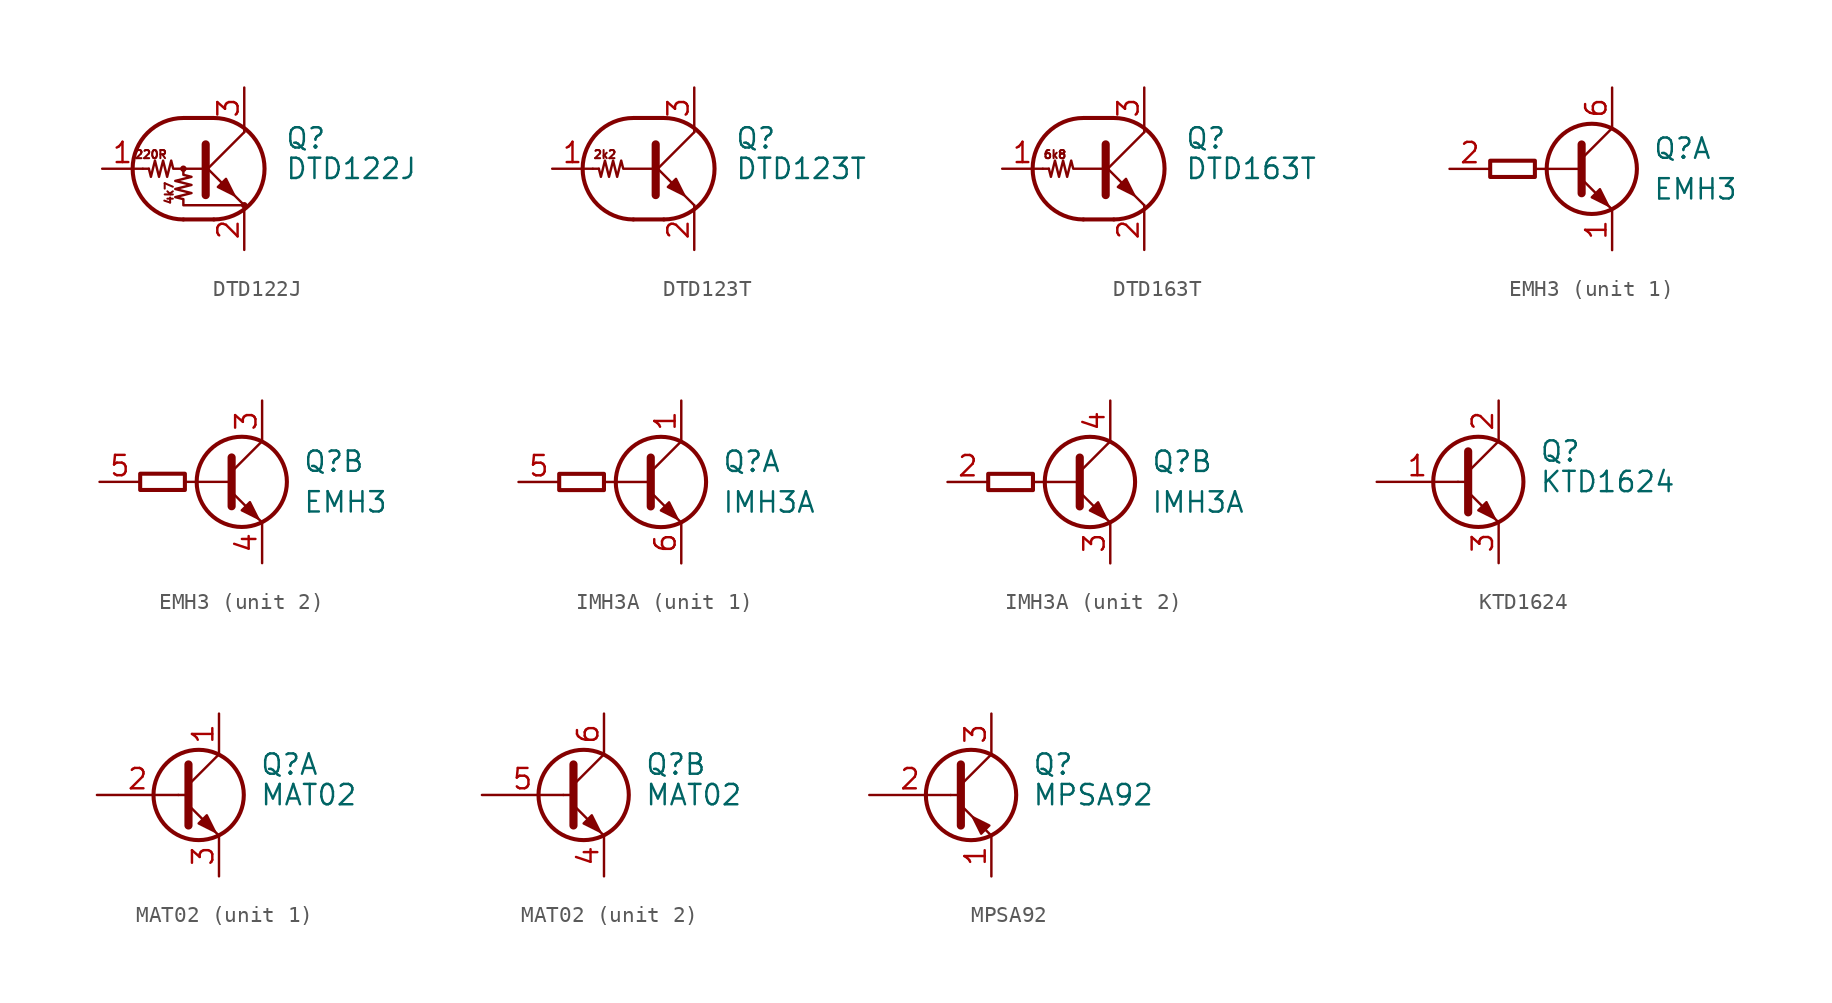
<source format=kicad_sym>
(kicad_symbol_lib
  (version 20220914)
  (generator kicad_symbol_editor)
  (symbol "DTD122J"
    (pin_names
      (offset 0) hide)
    (property "Reference" "Q"
      (at 5.08 1.905 0)
      (effects (font (size 1.27 1.27)) (justify left)))
    (property "Value" "DTD122J"
      (at 5.08 0 0)
      (effects (font (size 1.27 1.27)) (justify left)))
    (symbol "DTD122J_0_0"
      (text "220R" (at -3.302 0.889 0) (effects (font (size 0.508 0.508))))
      (text "4k7" (at -2.159 -1.524 900) (effects (font (size 0.508 0.508)))))
    (symbol "DTD122J_0_1"
      (circle (center -1.27 0) (radius 0.127) (stroke (width 0) (type default)) (fill (type none)))
      (arc (start -1.27 3.175) (mid -4.4312 0) (end -1.27 -3.175) (stroke (width 0.254) (type default)) (fill (type none)))
      (polyline (pts (xy -3.429 0) (xy -3.81 0)) (stroke (width 0) (type default)) (fill (type none)))
      (polyline (pts (xy -1.27 -3.175) (xy 0.635 -3.175)) (stroke (width 0.254) (type default)) (fill (type none)))
      (polyline (pts (xy -1.27 3.175) (xy 0.635 3.175)) (stroke (width 0.254) (type default)) (fill (type none)))
      (polyline (pts (xy 0 -0.254) (xy 2.54 2.286)) (stroke (width 0) (type default)) (fill (type none)))
      (polyline (pts (xy 0.127 1.524) (xy 0.127 -1.651)) (stroke (width 0.508) (type default)) (fill (type outline)))
      (polyline (pts (xy 2.54 2.286) (xy 2.54 2.54)) (stroke (width 0) (type default)) (fill (type none)))
      (polyline (pts (xy 2.54 -2.286) (xy 0 0.254) (xy 0 0.254)) (stroke (width 0) (type default)) (fill (type none)))
      (polyline (pts (xy 0.889 -1.143) (xy 1.397 -0.635) (xy 1.905 -1.651) (xy 0.889 -1.143)) (stroke (width 0) (type default)) (fill (type outline)))
      (polyline (pts (xy 0 0) (xy -1.905 0) (xy -2.032 0.508) (xy -2.286 -0.508) (xy -2.54 0.508) (xy -2.794 -0.508) (xy -3.048 0.508) (xy -3.302 -0.508) (xy -3.429 0)) (stroke (width 0) (type default)) (fill (type none)))
      (polyline (pts (xy -1.27 0) (xy -1.27 -0.381) (xy -0.762 -0.508) (xy -1.778 -0.762) (xy -0.762 -1.016) (xy -1.778 -1.27) (xy -0.762 -1.524) (xy -1.778 -1.778) (xy -1.27 -1.905) (xy -1.27 -2.286) (xy 2.54 -2.286)) (stroke (width 0) (type default)) (fill (type none)))
      (arc (start 0.635 -3.175) (mid 3.7962 0) (end 0.635 3.175) (stroke (width 0.254) (type default)) (fill (type none)))
      (circle (center 2.54 -2.286) (radius 0.127) (stroke (width 0) (type default)) (fill (type none))))
    (symbol "DTD122J_1_1"
      (pin input line (at -6.35 0 0) (length 2.54) (name "B" (effects (font (size 1.27 1.27)))) (number "1" (effects (font (size 1.27 1.27)))))
      (pin passive line (at 2.54 -5.08 90) (length 2.54) (name "E" (effects (font (size 1.27 1.27)))) (number "2" (effects (font (size 1.27 1.27)))))
      (pin passive line (at 2.54 5.08 270) (length 2.54) (name "C" (effects (font (size 1.27 1.27)))) (number "3" (effects (font (size 1.27 1.27)))))))
  (symbol "DTD123T"
    (pin_names
      (offset 0) hide)
    (property "Reference" "Q"
      (at 5.08 1.905 0)
      (effects (font (size 1.27 1.27)) (justify left)))
    (property "Value" "DTD123T"
      (at 5.08 0 0)
      (effects (font (size 1.27 1.27)) (justify left)))
    (symbol "DTD123T_0_0"
      (polyline (pts (xy 2.54 -2.286) (xy 2.54 -2.54)) (stroke (width 0) (type default)) (fill (type none)))
      (text "2k2" (at -3.048 0.889 0) (effects (font (size 0.508 0.508)))))
    (symbol "DTD123T_0_1"
      (arc (start -1.27 3.175) (mid -4.4312 0) (end -1.27 -3.175) (stroke (width 0.254) (type default)) (fill (type none)))
      (polyline (pts (xy -3.429 0) (xy -3.81 0)) (stroke (width 0) (type default)) (fill (type none)))
      (polyline (pts (xy -1.27 -3.175) (xy 0.635 -3.175)) (stroke (width 0.254) (type default)) (fill (type none)))
      (polyline (pts (xy -1.27 3.175) (xy 0.635 3.175)) (stroke (width 0.254) (type default)) (fill (type none)))
      (polyline (pts (xy 0 -0.254) (xy 2.54 2.286)) (stroke (width 0) (type default)) (fill (type none)))
      (polyline (pts (xy 0.127 1.524) (xy 0.127 -1.651)) (stroke (width 0.508) (type default)) (fill (type outline)))
      (polyline (pts (xy 2.54 2.286) (xy 2.54 2.54)) (stroke (width 0) (type default)) (fill (type none)))
      (polyline (pts (xy 2.54 -2.286) (xy 0 0.254) (xy 0 0.254)) (stroke (width 0) (type default)) (fill (type none)))
      (polyline (pts (xy 0.889 -1.143) (xy 1.397 -0.635) (xy 1.905 -1.651) (xy 0.889 -1.143)) (stroke (width 0) (type default)) (fill (type outline)))
      (polyline (pts (xy 0 0) (xy -1.905 0) (xy -2.032 0.508) (xy -2.286 -0.508) (xy -2.54 0.508) (xy -2.794 -0.508) (xy -3.048 0.508) (xy -3.302 -0.508) (xy -3.429 0)) (stroke (width 0) (type default)) (fill (type none)))
      (arc (start 0.635 -3.175) (mid 3.7962 0) (end 0.635 3.175) (stroke (width 0.254) (type default)) (fill (type none))))
    (symbol "DTD123T_1_1"
      (pin input line (at -6.35 0 0) (length 2.54) (name "B" (effects (font (size 1.27 1.27)))) (number "1" (effects (font (size 1.27 1.27)))))
      (pin passive line (at 2.54 -5.08 90) (length 2.54) (name "E" (effects (font (size 1.27 1.27)))) (number "2" (effects (font (size 1.27 1.27)))))
      (pin passive line (at 2.54 5.08 270) (length 2.54) (name "C" (effects (font (size 1.27 1.27)))) (number "3" (effects (font (size 1.27 1.27)))))))
  (symbol "DTD163T"
    (pin_names
      (offset 0) hide)
    (property "Reference" "Q"
      (at 5.08 1.905 0)
      (effects (font (size 1.27 1.27)) (justify left)))
    (property "Value" "DTD163T"
      (at 5.08 0 0)
      (effects (font (size 1.27 1.27)) (justify left)))
    (symbol "DTD163T_0_0"
      (polyline (pts (xy 2.54 -2.286) (xy 2.54 -2.54)) (stroke (width 0) (type default)) (fill (type none)))
      (text "6k8" (at -3.048 0.889 0) (effects (font (size 0.508 0.508)))))
    (symbol "DTD163T_0_1"
      (arc (start -1.27 3.175) (mid -4.4312 0) (end -1.27 -3.175) (stroke (width 0.254) (type default)) (fill (type none)))
      (polyline (pts (xy -3.429 0) (xy -3.81 0)) (stroke (width 0) (type default)) (fill (type none)))
      (polyline (pts (xy -1.27 -3.175) (xy 0.635 -3.175)) (stroke (width 0.254) (type default)) (fill (type none)))
      (polyline (pts (xy -1.27 3.175) (xy 0.635 3.175)) (stroke (width 0.254) (type default)) (fill (type none)))
      (polyline (pts (xy 0 -0.254) (xy 2.54 2.286)) (stroke (width 0) (type default)) (fill (type none)))
      (polyline (pts (xy 0.127 1.524) (xy 0.127 -1.651)) (stroke (width 0.508) (type default)) (fill (type outline)))
      (polyline (pts (xy 2.54 2.286) (xy 2.54 2.54)) (stroke (width 0) (type default)) (fill (type none)))
      (polyline (pts (xy 2.54 -2.286) (xy 0 0.254) (xy 0 0.254)) (stroke (width 0) (type default)) (fill (type none)))
      (polyline (pts (xy 0.889 -1.143) (xy 1.397 -0.635) (xy 1.905 -1.651) (xy 0.889 -1.143)) (stroke (width 0) (type default)) (fill (type outline)))
      (polyline (pts (xy 0 0) (xy -1.905 0) (xy -2.032 0.508) (xy -2.286 -0.508) (xy -2.54 0.508) (xy -2.794 -0.508) (xy -3.048 0.508) (xy -3.302 -0.508) (xy -3.429 0)) (stroke (width 0) (type default)) (fill (type none)))
      (arc (start 0.635 -3.175) (mid 3.7962 0) (end 0.635 3.175) (stroke (width 0.254) (type default)) (fill (type none))))
    (symbol "DTD163T_1_1"
      (pin input line (at -6.35 0 0) (length 2.54) (name "B" (effects (font (size 1.27 1.27)))) (number "1" (effects (font (size 1.27 1.27)))))
      (pin passive line (at 2.54 -5.08 90) (length 2.54) (name "E" (effects (font (size 1.27 1.27)))) (number "2" (effects (font (size 1.27 1.27)))))
      (pin passive line (at 2.54 5.08 270) (length 2.54) (name "C" (effects (font (size 1.27 1.27)))) (number "3" (effects (font (size 1.27 1.27)))))))
  (symbol "EMH3"
    (pin_names hide)
    (property "Reference" "Q"
      (at 7.62 1.27 0)
      (effects (font (size 1.27 1.27)) (justify left)))
    (property "Value" "EMH3"
      (at 7.62 -1.27 0)
      (effects (font (size 1.27 1.27)) (justify left)))
    (symbol "EMH3_0_1"
      (polyline (pts (xy 3.175 0) (xy 0.254 0)) (stroke (width 0) (type default)) (fill (type none)))
      (polyline (pts (xy 3.175 0.635) (xy 5.08 2.54)) (stroke (width 0) (type default)) (fill (type none)))
      (polyline (pts (xy 3.175 1.524) (xy 3.175 -1.524)) (stroke (width 0.508) (type default)) (fill (type none)))
      (polyline (pts (xy 3.175 -0.635) (xy 5.08 -2.54) (xy 5.08 -2.54)) (stroke (width 0) (type default)) (fill (type none)))
      (polyline (pts (xy 3.81 -1.778) (xy 4.318 -1.27) (xy 4.826 -2.286) (xy 3.81 -1.778) (xy 3.81 -1.778)) (stroke (width 0) (type default)) (fill (type outline)))
      (rectangle (start 0.254 0.508) (end -2.54 -0.508) (stroke (width 0.254) (type default)) (fill (type none)))
      (circle (center 3.81 0) (radius 2.819) (stroke (width 0.254) (type default)) (fill (type none))))
    (symbol "EMH3_1_1"
      (pin passive line (at 5.08 -5.08 90) (length 2.54) (name "E1" (effects (font (size 1.27 1.27)))) (number "1" (effects (font (size 1.27 1.27)))))
      (pin input line (at -5.08 0 0) (length 2.54) (name "B1" (effects (font (size 1.27 1.27)))) (number "2" (effects (font (size 1.27 1.27)))))
      (pin passive line (at 5.08 5.08 270) (length 2.54) (name "C1" (effects (font (size 1.27 1.27)))) (number "6" (effects (font (size 1.27 1.27))))))
    (symbol "EMH3_2_1"
      (pin passive line (at 5.08 5.08 270) (length 2.54) (name "C2" (effects (font (size 1.27 1.27)))) (number "3" (effects (font (size 1.27 1.27)))))
      (pin passive line (at 5.08 -5.08 90) (length 2.54) (name "E2" (effects (font (size 1.27 1.27)))) (number "4" (effects (font (size 1.27 1.27)))))
      (pin input line (at -5.08 0 0) (length 2.54) (name "B2" (effects (font (size 1.27 1.27)))) (number "5" (effects (font (size 1.27 1.27)))))))
  (symbol "IMH3A"
    (pin_names hide)
    (property "Reference" "Q"
      (at 7.62 1.27 0)
      (effects (font (size 1.27 1.27)) (justify left)))
    (property "Value" "IMH3A"
      (at 7.62 -1.27 0)
      (effects (font (size 1.27 1.27)) (justify left)))
    (symbol "IMH3A_0_1"
      (polyline (pts (xy 3.175 0) (xy 0.254 0)) (stroke (width 0) (type default)) (fill (type none)))
      (polyline (pts (xy 3.175 0.635) (xy 5.08 2.54)) (stroke (width 0) (type default)) (fill (type none)))
      (polyline (pts (xy 3.175 1.524) (xy 3.175 -1.524)) (stroke (width 0.508) (type default)) (fill (type none)))
      (polyline (pts (xy 3.175 -0.635) (xy 5.08 -2.54) (xy 5.08 -2.54)) (stroke (width 0) (type default)) (fill (type none)))
      (polyline (pts (xy 3.81 -1.778) (xy 4.318 -1.27) (xy 4.826 -2.286) (xy 3.81 -1.778) (xy 3.81 -1.778)) (stroke (width 0) (type default)) (fill (type outline)))
      (rectangle (start 0.254 0.508) (end -2.54 -0.508) (stroke (width 0.254) (type default)) (fill (type none)))
      (circle (center 3.81 0) (radius 2.819) (stroke (width 0.254) (type default)) (fill (type none))))
    (symbol "IMH3A_1_1"
      (pin passive line (at 5.08 5.08 270) (length 2.54) (name "C1" (effects (font (size 1.27 1.27)))) (number "1" (effects (font (size 1.27 1.27)))))
      (pin input line (at -5.08 0 0) (length 2.54) (name "B1" (effects (font (size 1.27 1.27)))) (number "5" (effects (font (size 1.27 1.27)))))
      (pin passive line (at 5.08 -5.08 90) (length 2.54) (name "E1" (effects (font (size 1.27 1.27)))) (number "6" (effects (font (size 1.27 1.27))))))
    (symbol "IMH3A_2_1"
      (pin input line (at -5.08 0 0) (length 2.54) (name "B2" (effects (font (size 1.27 1.27)))) (number "2" (effects (font (size 1.27 1.27)))))
      (pin passive line (at 5.08 -5.08 90) (length 2.54) (name "E2" (effects (font (size 1.27 1.27)))) (number "3" (effects (font (size 1.27 1.27)))))
      (pin passive line (at 5.08 5.08 270) (length 2.54) (name "C2" (effects (font (size 1.27 1.27)))) (number "4" (effects (font (size 1.27 1.27)))))))
  (symbol "KTD1624"
    (pin_names
      (offset 0) hide)
    (property "Reference" "Q"
      (at 5.08 1.905 0)
      (effects (font (size 1.27 1.27)) (justify left)))
    (property "Value" "KTD1624"
      (at 5.08 0 0)
      (effects (font (size 1.27 1.27)) (justify left)))
    (symbol "KTD1624_0_1"
      (polyline (pts (xy 0 0) (xy 0.635 0)) (stroke (width 0) (type default)) (fill (type none)))
      (polyline (pts (xy 0.635 0.635) (xy 2.54 2.54)) (stroke (width 0) (type default)) (fill (type none)))
      (polyline (pts (xy 0.635 -0.635) (xy 2.54 -2.54) (xy 2.54 -2.54)) (stroke (width 0) (type default)) (fill (type none)))
      (polyline (pts (xy 0.635 1.905) (xy 0.635 -1.905) (xy 0.635 -1.905)) (stroke (width 0.508) (type default)) (fill (type none)))
      (polyline (pts (xy 1.27 -1.778) (xy 1.778 -1.27) (xy 2.286 -2.286) (xy 1.27 -1.778) (xy 1.27 -1.778)) (stroke (width 0) (type default)) (fill (type outline)))
      (circle (center 1.27 0) (radius 2.819) (stroke (width 0.254) (type default)) (fill (type none))))
    (symbol "KTD1624_1_1"
      (pin input line (at -5.08 0 0) (length 5.08) (name "B" (effects (font (size 1.27 1.27)))) (number "1" (effects (font (size 1.27 1.27)))))
      (pin passive line (at 2.54 5.08 270) (length 2.54) (name "C" (effects (font (size 1.27 1.27)))) (number "2" (effects (font (size 1.27 1.27)))))
      (pin passive line (at 2.54 -5.08 90) (length 2.54) (name "E" (effects (font (size 1.27 1.27)))) (number "3" (effects (font (size 1.27 1.27)))))))
  (symbol "MAT02"
    (pin_names
      (offset 0) hide)
    (property "Reference" "Q"
      (at 5.08 1.905 0)
      (effects (font (size 1.27 1.27)) (justify left)))
    (property "Value" "MAT02"
      (at 5.08 0 0)
      (effects (font (size 1.27 1.27)) (justify left)))
    (symbol "MAT02_0_1"
      (polyline (pts (xy 0 0) (xy 0.635 0)) (stroke (width 0) (type default)) (fill (type none)))
      (polyline (pts (xy 0.635 0.635) (xy 2.54 2.54)) (stroke (width 0) (type default)) (fill (type none)))
      (polyline (pts (xy 0.635 -0.635) (xy 2.54 -2.54) (xy 2.54 -2.54)) (stroke (width 0) (type default)) (fill (type none)))
      (polyline (pts (xy 0.635 1.905) (xy 0.635 -1.905) (xy 0.635 -1.905)) (stroke (width 0.508) (type default)) (fill (type none)))
      (polyline (pts (xy 1.27 -1.778) (xy 1.778 -1.27) (xy 2.286 -2.286) (xy 1.27 -1.778) (xy 1.27 -1.778)) (stroke (width 0) (type default)) (fill (type outline)))
      (circle (center 1.27 0) (radius 2.819) (stroke (width 0.254) (type default)) (fill (type none))))
    (symbol "MAT02_1_1"
      (pin passive line (at 2.54 5.08 270) (length 2.54) (name "C" (effects (font (size 1.27 1.27)))) (number "1" (effects (font (size 1.27 1.27)))))
      (pin input line (at -5.08 0 0) (length 5.08) (name "B" (effects (font (size 1.27 1.27)))) (number "2" (effects (font (size 1.27 1.27)))))
      (pin passive line (at 2.54 -5.08 90) (length 2.54) (name "E" (effects (font (size 1.27 1.27)))) (number "3" (effects (font (size 1.27 1.27))))))
    (symbol "MAT02_2_1"
      (pin passive line (at 2.54 -5.08 90) (length 2.54) (name "E" (effects (font (size 1.27 1.27)))) (number "4" (effects (font (size 1.27 1.27)))))
      (pin input line (at -5.08 0 0) (length 5.08) (name "B" (effects (font (size 1.27 1.27)))) (number "5" (effects (font (size 1.27 1.27)))))
      (pin passive line (at 2.54 5.08 270) (length 2.54) (name "C" (effects (font (size 1.27 1.27)))) (number "6" (effects (font (size 1.27 1.27)))))))
  (symbol "MPSA92"
    (pin_names
      (offset 1.016) hide)
    (property "Reference" "Q"
      (at 5.08 1.905 0)
      (effects (font (size 1.27 1.27)) (justify left)))
    (property "Value" "MPSA92"
      (at 5.08 0 0)
      (effects (font (size 1.27 1.27)) (justify left)))
    (symbol "MPSA92_0_1"
      (polyline (pts (xy 0 0) (xy 0.635 0)) (stroke (width 0) (type default)) (fill (type none)))
      (polyline (pts (xy 2.54 -2.54) (xy 0.635 -0.635)) (stroke (width 0) (type default)) (fill (type none)))
      (polyline (pts (xy 2.54 2.54) (xy 0.635 0.635)) (stroke (width 0) (type default)) (fill (type none)))
      (polyline (pts (xy 0.635 1.905) (xy 0.635 -1.905) (xy 0.635 -1.905)) (stroke (width 0.508) (type default)) (fill (type outline)))
      (polyline (pts (xy 1.905 -2.413) (xy 2.413 -1.905) (xy 1.397 -1.397) (xy 1.905 -2.413) (xy 1.905 -2.413)) (stroke (width 0) (type default)) (fill (type outline)))
      (circle (center 1.27 0) (radius 2.819) (stroke (width 0.254) (type default)) (fill (type none))))
    (symbol "MPSA92_1_1"
      (pin passive line (at 2.54 -5.08 90) (length 2.54) (name "E" (effects (font (size 1.27 1.27)))) (number "1" (effects (font (size 1.27 1.27)))))
      (pin input line (at -5.08 0 0) (length 5.08) (name "B" (effects (font (size 1.27 1.27)))) (number "2" (effects (font (size 1.27 1.27)))))
      (pin passive line (at 2.54 5.08 270) (length 2.54) (name "C" (effects (font (size 1.27 1.27)))) (number "3" (effects (font (size 1.27 1.27))))))))
</source>
